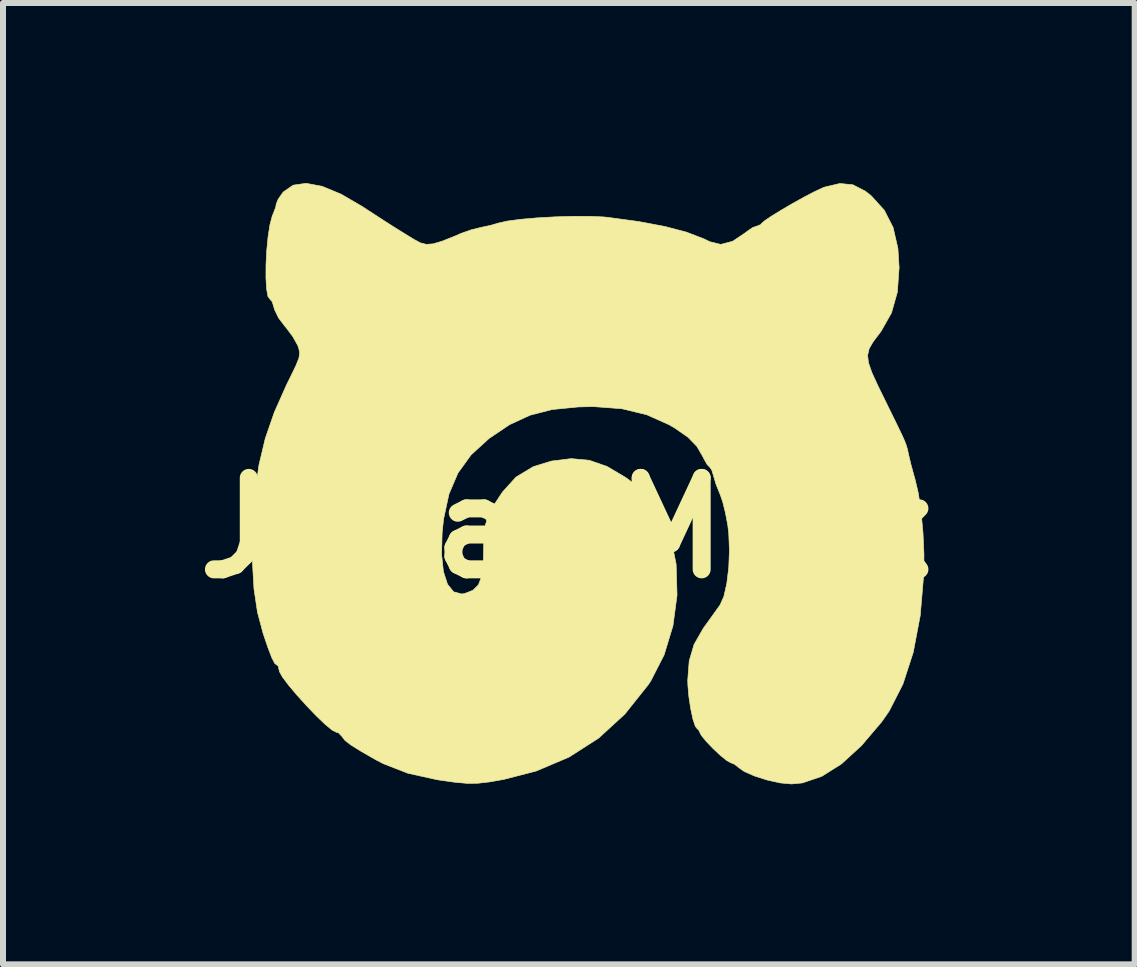
<source format=kicad_pcb>
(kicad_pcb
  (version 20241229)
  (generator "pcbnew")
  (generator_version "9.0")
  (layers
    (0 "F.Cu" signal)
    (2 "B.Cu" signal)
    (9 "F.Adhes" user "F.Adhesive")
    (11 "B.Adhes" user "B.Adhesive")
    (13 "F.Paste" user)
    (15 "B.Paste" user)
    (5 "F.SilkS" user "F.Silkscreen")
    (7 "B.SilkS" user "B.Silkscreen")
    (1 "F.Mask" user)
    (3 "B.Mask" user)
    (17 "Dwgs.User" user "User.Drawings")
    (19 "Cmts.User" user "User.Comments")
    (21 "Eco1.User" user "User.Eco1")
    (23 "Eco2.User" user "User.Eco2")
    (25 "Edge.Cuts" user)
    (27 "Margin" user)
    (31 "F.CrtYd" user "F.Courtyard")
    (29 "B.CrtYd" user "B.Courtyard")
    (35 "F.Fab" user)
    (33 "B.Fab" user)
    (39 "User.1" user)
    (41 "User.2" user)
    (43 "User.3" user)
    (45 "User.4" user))
  (footprint "JapariMark"
    (layer "F.Cu")
    (at 6.43 5.749)
    (property "Reference" "JapariMark" (at 0 0 0) (layer "F.SilkS") (effects (font (size 1.524 1.524) (thickness 0.3))))
    (attr through_hole)
    (fp_poly (pts (xy -4.111 -5.694) (xy -3.795 -5.563) (xy -3.435 -5.353) (xy -3.43 -5.349) (xy -3.152 -5.168) (xy -2.909 -5.012) (xy -2.649 -4.851) (xy -2.58 -4.809) (xy -2.475 -4.752) (xy -2.376 -4.727) (xy -2.263 -4.735) (xy -2.111 -4.78) (xy -1.898 -4.865) (xy -1.795 -4.91) (xy -1.624 -4.97) (xy -1.465 -5.009) (xy -1.303 -5.044) (xy -1.168 -5.083) (xy -1.025 -5.115) (xy -0.805 -5.144) (xy -0.533 -5.168) (xy -0.234 -5.185) (xy 0.066 -5.194) (xy 0.344 -5.194) (xy 0.575 -5.184) (xy 0.638 -5.178) (xy 1.164 -5.107) (xy 1.6 -5.025) (xy 1.958 -4.931) (xy 2.248 -4.82) (xy 2.349 -4.771) (xy 2.531 -4.726) (xy 2.73 -4.778) (xy 2.95 -4.926) (xy 2.966 -4.94) (xy 3.065 -5.008) (xy 3.13 -5.029) (xy 3.2 -5.058) (xy 3.209 -5.072) (xy 3.26 -5.118) (xy 3.38 -5.199) (xy 3.546 -5.301) (xy 3.736 -5.412) (xy 3.929 -5.519) (xy 4.102 -5.609) (xy 4.234 -5.67) (xy 4.262 -5.681) (xy 4.517 -5.741) (xy 4.733 -5.72) (xy 4.94 -5.614) (xy 5.039 -5.536) (xy 5.257 -5.296) (xy 5.404 -5.008) (xy 5.484 -4.658) (xy 5.504 -4.341) (xy 5.475 -3.932) (xy 5.377 -3.585) (xy 5.205 -3.281) (xy 5.175 -3.241) (xy 5.071 -3.103) (xy 5.005 -2.989) (xy 4.979 -2.879) (xy 4.993 -2.754) (xy 5.049 -2.592) (xy 5.149 -2.374) (xy 5.245 -2.178) (xy 5.382 -1.899) (xy 5.482 -1.695) (xy 5.551 -1.551) (xy 5.596 -1.451) (xy 5.623 -1.379) (xy 5.641 -1.319) (xy 5.655 -1.256) (xy 5.663 -1.218) (xy 5.702 -1.055) (xy 5.754 -0.865) (xy 5.769 -0.813) (xy 5.825 -0.574) (xy 5.87 -0.265) (xy 5.902 0.082) (xy 5.918 0.436) (xy 5.915 0.762) (xy 5.856 1.458) (xy 5.74 2.07) (xy 5.568 2.601) (xy 5.339 3.05) (xy 5.217 3.226) (xy 4.877 3.627) (xy 4.542 3.933) (xy 4.213 4.14) (xy 3.891 4.249) (xy 3.712 4.266) (xy 3.525 4.249) (xy 3.308 4.201) (xy 3.096 4.134) (xy 2.925 4.059) (xy 2.85 4.007) (xy 2.758 3.936) (xy 2.698 3.912) (xy 2.633 3.877) (xy 2.527 3.791) (xy 2.404 3.676) (xy 2.29 3.557) (xy 2.209 3.458) (xy 2.184 3.41) (xy 2.157 3.355) (xy 2.145 3.353) (xy 2.108 3.306) (xy 2.068 3.185) (xy 2.031 3.013) (xy 2.001 2.818) (xy 1.984 2.624) (xy 1.981 2.539) (xy 2.006 2.214) (xy 2.087 1.941) (xy 2.238 1.676) (xy 2.262 1.642) (xy 2.374 1.487) (xy 2.473 1.348) (xy 2.52 1.283) (xy 2.584 1.139) (xy 2.633 0.921) (xy 2.665 0.656) (xy 2.676 0.371) (xy 2.665 0.093) (xy 2.649 -0.043) (xy 2.61 -0.251) (xy 2.564 -0.437) (xy 2.52 -0.563) (xy 2.518 -0.567) (xy 2.453 -0.728) (xy 2.413 -0.863) (xy 2.38 -0.97) (xy 2.346 -1.016) (xy 2.345 -1.016) (xy 2.304 -1.058) (xy 2.247 -1.16) (xy 2.238 -1.18) (xy 2.135 -1.358) (xy 1.986 -1.512) (xy 1.768 -1.664) (xy 1.67 -1.721) (xy 1.296 -1.888) (xy 0.88 -1.988) (xy 0.405 -2.023) (xy 0.152 -2.017) (xy -0.279 -1.974) (xy -0.648 -1.879) (xy -0.988 -1.722) (xy -1.33 -1.492) (xy -1.333 -1.489) (xy -1.629 -1.219) (xy -1.848 -0.916) (xy -1.998 -0.565) (xy -2.088 -0.148) (xy -2.112 0.084) (xy -2.121 0.442) (xy -2.09 0.728) (xy -2.022 0.938) (xy -1.92 1.064) (xy -1.785 1.1) (xy -1.736 1.092) (xy -1.598 1.038) (xy -1.506 0.946) (xy -1.451 0.799) (xy -1.426 0.579) (xy -1.422 0.396) (xy -1.416 0.143) (xy -1.391 -0.051) (xy -1.335 -0.22) (xy -1.236 -0.402) (xy -1.107 -0.598) (xy -0.881 -0.848) (xy -0.593 -1.022) (xy -0.291 -1.115) (xy 0.039 -1.156) (xy 0.342 -1.128) (xy 0.638 -1.025) (xy 0.948 -0.841) (xy 1.135 -0.702) (xy 1.346 -0.52) (xy 1.492 -0.352) (xy 1.596 -0.164) (xy 1.682 0.08) (xy 1.688 0.102) (xy 1.788 0.604) (xy 1.803 1.12) (xy 1.735 1.63) (xy 1.588 2.114) (xy 1.365 2.55) (xy 1.323 2.613) (xy 0.932 3.103) (xy 0.494 3.504) (xy 0.002 3.819) (xy -0.546 4.051) (xy -1.085 4.19) (xy -1.322 4.232) (xy -1.514 4.254) (xy -1.696 4.256) (xy -1.903 4.237) (xy -2.17 4.199) (xy -2.21 4.192) (xy -2.684 4.087) (xy -3.094 3.927) (xy -3.226 3.858) (xy -3.469 3.718) (xy -3.634 3.615) (xy -3.733 3.538) (xy -3.777 3.48) (xy -3.778 3.477) (xy -3.842 3.411) (xy -3.876 3.404) (xy -3.947 3.367) (xy -4.065 3.269) (xy -4.213 3.127) (xy -4.374 2.959) (xy -4.532 2.784) (xy -4.671 2.619) (xy -4.774 2.482) (xy -4.824 2.391) (xy -4.826 2.378) (xy -4.844 2.301) (xy -4.864 2.286) (xy -4.901 2.257) (xy -4.95 2.162) (xy -5.016 1.99) (xy -5.096 1.753) (xy -5.189 1.404) (xy -5.247 1.017) (xy -5.273 0.573) (xy -5.269 0.053) (xy -5.266 -0.025) (xy -5.231 -0.572) (xy -5.164 -1.051) (xy -5.059 -1.493) (xy -4.908 -1.929) (xy -4.703 -2.39) (xy -4.637 -2.523) (xy -4.547 -2.709) (xy -4.498 -2.832) (xy -4.486 -2.921) (xy -4.503 -3.003) (xy -4.52 -3.046) (xy -4.6 -3.189) (xy -4.712 -3.339) (xy -4.734 -3.364) (xy -4.837 -3.5) (xy -4.904 -3.638) (xy -4.912 -3.666) (xy -4.943 -3.769) (xy -4.978 -3.81) (xy -5.014 -3.857) (xy -5.037 -3.983) (xy -5.048 -4.166) (xy -5.047 -4.386) (xy -5.035 -4.621) (xy -5.013 -4.849) (xy -4.982 -5.05) (xy -4.943 -5.2) (xy -4.924 -5.244) (xy -4.884 -5.351) (xy -4.877 -5.397) (xy -4.846 -5.476) (xy -4.77 -5.585) (xy -4.757 -5.601) (xy -4.595 -5.713) (xy -4.379 -5.744) (xy -4.111 -5.694)) (stroke (width 0.01) (type solid)) (fill yes) (layer "F.SilkS")))
  (gr_rect
    (start -3 -3)
    (end 15.86 13.021)
    (stroke (width 0.1) (type default))
    (fill no)
    (layer "Edge.Cuts")))
</source>
